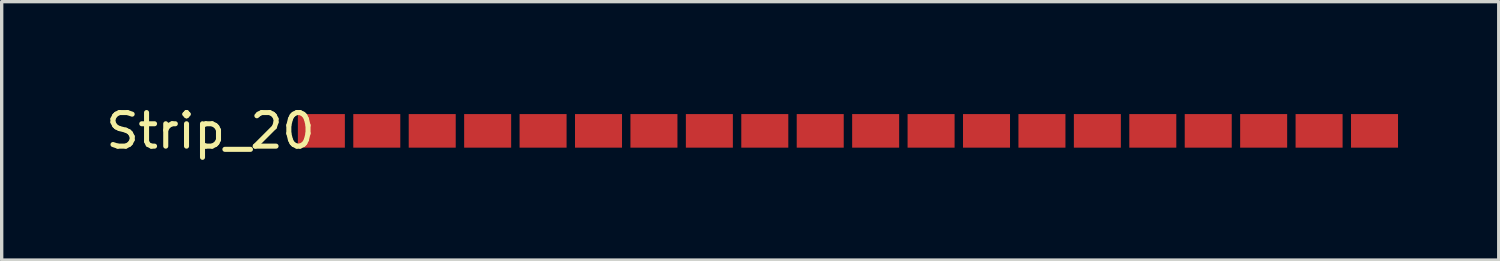
<source format=kicad_pcb>
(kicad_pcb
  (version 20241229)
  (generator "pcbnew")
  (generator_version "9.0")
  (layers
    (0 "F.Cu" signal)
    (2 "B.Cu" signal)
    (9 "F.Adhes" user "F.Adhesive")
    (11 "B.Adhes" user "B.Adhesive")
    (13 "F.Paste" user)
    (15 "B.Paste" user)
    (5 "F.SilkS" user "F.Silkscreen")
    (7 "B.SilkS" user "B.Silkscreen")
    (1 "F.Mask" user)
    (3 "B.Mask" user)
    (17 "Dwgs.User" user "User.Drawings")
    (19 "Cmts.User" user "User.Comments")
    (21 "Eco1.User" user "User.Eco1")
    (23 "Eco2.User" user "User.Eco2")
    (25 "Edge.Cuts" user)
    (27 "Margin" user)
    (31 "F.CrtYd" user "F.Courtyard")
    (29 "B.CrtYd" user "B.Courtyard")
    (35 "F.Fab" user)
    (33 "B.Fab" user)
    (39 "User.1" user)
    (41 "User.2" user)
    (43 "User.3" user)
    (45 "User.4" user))
  (footprint "Strip_20"
    (layer "F.Cu")
    (at 6.522 0.848)
    (property "Reference" "Strip_20" (at -3.302 0 0) (layer "F.SilkS") (effects (font (size 1 1) (thickness 0.15))))
    (attr through_hole)
    (pad "1" smd rect (at 0 0) (size 1.4 1) (layers "F.Cu" "F.Mask"))
    (pad "2" smd rect (at 1.651 0) (size 1.4 1) (layers "F.Cu" "F.Mask"))
    (pad "3" smd rect (at 3.302 0) (size 1.4 1) (layers "F.Cu" "F.Mask"))
    (pad "4" smd rect (at 4.953 0) (size 1.4 1) (layers "F.Cu" "F.Mask"))
    (pad "5" smd rect (at 6.604 0) (size 1.4 1) (layers "F.Cu" "F.Mask"))
    (pad "6" smd rect (at 8.255 0) (size 1.4 1) (layers "F.Cu" "F.Mask"))
    (pad "7" smd rect (at 9.906 0) (size 1.4 1) (layers "F.Cu" "F.Mask"))
    (pad "8" smd rect (at 11.557 0) (size 1.4 1) (layers "F.Cu" "F.Mask"))
    (pad "9" smd rect (at 13.208 0) (size 1.4 1) (layers "F.Cu" "F.Mask"))
    (pad "10" smd rect (at 14.859 0) (size 1.4 1) (layers "F.Cu" "F.Mask"))
    (pad "11" smd rect (at 16.51 0) (size 1.4 1) (layers "F.Cu" "F.Mask"))
    (pad "12" smd rect (at 18.161 0) (size 1.4 1) (layers "F.Cu" "F.Mask"))
    (pad "13" smd rect (at 19.812 0) (size 1.4 1) (layers "F.Cu" "F.Mask"))
    (pad "14" smd rect (at 21.463 0) (size 1.4 1) (layers "F.Cu" "F.Mask"))
    (pad "15" smd rect (at 23.114 0) (size 1.4 1) (layers "F.Cu" "F.Mask"))
    (pad "16" smd rect (at 24.765 0) (size 1.4 1) (layers "F.Cu" "F.Mask"))
    (pad "17" smd rect (at 26.416 0) (size 1.4 1) (layers "F.Cu" "F.Mask"))
    (pad "18" smd rect (at 28.067 0) (size 1.4 1) (layers "F.Cu" "F.Mask"))
    (pad "19" smd rect (at 29.718 0) (size 1.4 1) (layers "F.Cu" "F.Mask"))
    (pad "20" smd rect (at 31.369 0) (size 1.4 1) (layers "F.Cu" "F.Mask")))
  (gr_rect
    (start -3 -3)
    (end 41.591 4.697)
    (stroke (width 0.1) (type default))
    (fill no)
    (layer "Edge.Cuts")))
</source>
